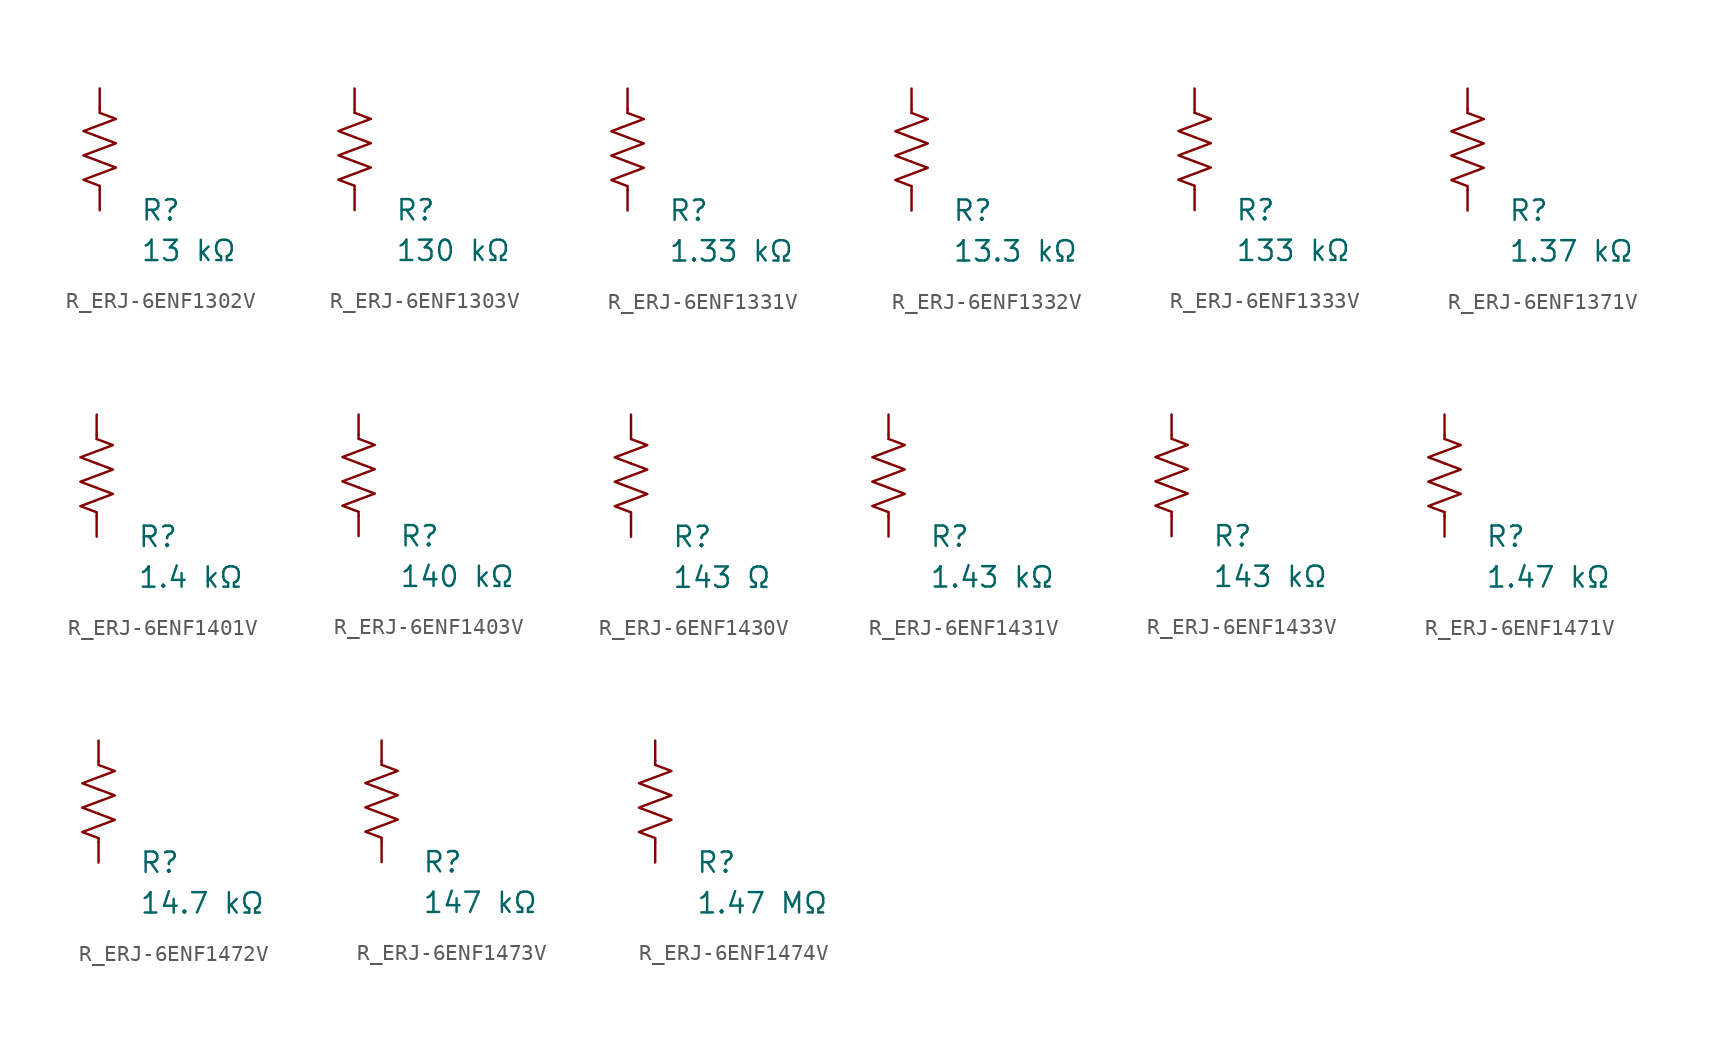
<source format=kicad_sym>
(kicad_symbol_lib
  (version 20231120)
  (generator "kicad_symbol_editor")
  (generator_version "8.0")
  (symbol "R_ERJ-6ENF1302V"
    (pin_numbers hide)
    (pin_names
      (offset 0))
    (property "Reference" "R"
      (at 2.54 -3.81 0)
      (effects (font (size 1.27 1.27)) (justify left))
      (show_name no))
    (property "Value" "13 kΩ"
      (at 2.54 -6.35 0)
      (effects (font (size 1.27 1.27)) (justify left))
      (show_name no))
    (symbol "R_ERJ-6ENF1302V_0_1"
      (polyline (pts (xy 0 -2.286) (xy 0 -2.54)) (stroke (width 0) (type default)) (fill (type none)))
      (polyline (pts (xy 0 2.286) (xy 0 2.54)) (stroke (width 0) (type default)) (fill (type none)))
      (polyline (pts (xy 0 -0.762) (xy 1.016 -1.143) (xy 0 -1.524) (xy -1.016 -1.905) (xy 0 -2.286)) (stroke (width 0) (type default)) (fill (type none)))
      (polyline (pts (xy 0 0.762) (xy 1.016 0.381) (xy 0 0) (xy -1.016 -0.381) (xy 0 -0.762)) (stroke (width 0) (type default)) (fill (type none)))
      (polyline (pts (xy 0 2.286) (xy 1.016 1.905) (xy 0 1.524) (xy -1.016 1.143) (xy 0 0.762)) (stroke (width 0) (type default)) (fill (type none))))
    (symbol "R_ERJ-6ENF1302V_1_1"
      (pin passive line (at 0 3.81 270) (length 1.27) (name "~" (effects (font (size 1.27 1.27)))) (number "1" (effects (font (size 1.27 1.27)))))
      (pin passive line (at 0 -3.81 90) (length 1.27) (name "~" (effects (font (size 1.27 1.27)))) (number "2" (effects (font (size 1.27 1.27)))))))
  (symbol "R_ERJ-6ENF1303V"
    (pin_numbers hide)
    (pin_names
      (offset 0))
    (property "Reference" "R"
      (at 2.54 -3.81 0)
      (effects (font (size 1.27 1.27)) (justify left))
      (show_name no))
    (property "Value" "130 kΩ"
      (at 2.54 -6.35 0)
      (effects (font (size 1.27 1.27)) (justify left))
      (show_name no))
    (symbol "R_ERJ-6ENF1303V_0_1"
      (polyline (pts (xy 0 -2.286) (xy 0 -2.54)) (stroke (width 0) (type default)) (fill (type none)))
      (polyline (pts (xy 0 2.286) (xy 0 2.54)) (stroke (width 0) (type default)) (fill (type none)))
      (polyline (pts (xy 0 -0.762) (xy 1.016 -1.143) (xy 0 -1.524) (xy -1.016 -1.905) (xy 0 -2.286)) (stroke (width 0) (type default)) (fill (type none)))
      (polyline (pts (xy 0 0.762) (xy 1.016 0.381) (xy 0 0) (xy -1.016 -0.381) (xy 0 -0.762)) (stroke (width 0) (type default)) (fill (type none)))
      (polyline (pts (xy 0 2.286) (xy 1.016 1.905) (xy 0 1.524) (xy -1.016 1.143) (xy 0 0.762)) (stroke (width 0) (type default)) (fill (type none))))
    (symbol "R_ERJ-6ENF1303V_1_1"
      (pin passive line (at 0 3.81 270) (length 1.27) (name "~" (effects (font (size 1.27 1.27)))) (number "1" (effects (font (size 1.27 1.27)))))
      (pin passive line (at 0 -3.81 90) (length 1.27) (name "~" (effects (font (size 1.27 1.27)))) (number "2" (effects (font (size 1.27 1.27)))))))
  (symbol "R_ERJ-6ENF1331V"
    (pin_numbers hide)
    (pin_names
      (offset 0))
    (property "Reference" "R"
      (at 2.54 -3.81 0)
      (effects (font (size 1.27 1.27)) (justify left))
      (show_name no))
    (property "Value" "1.33 kΩ"
      (at 2.54 -6.35 0)
      (effects (font (size 1.27 1.27)) (justify left))
      (show_name no))
    (symbol "R_ERJ-6ENF1331V_0_1"
      (polyline (pts (xy 0 -2.286) (xy 0 -2.54)) (stroke (width 0) (type default)) (fill (type none)))
      (polyline (pts (xy 0 2.286) (xy 0 2.54)) (stroke (width 0) (type default)) (fill (type none)))
      (polyline (pts (xy 0 -0.762) (xy 1.016 -1.143) (xy 0 -1.524) (xy -1.016 -1.905) (xy 0 -2.286)) (stroke (width 0) (type default)) (fill (type none)))
      (polyline (pts (xy 0 0.762) (xy 1.016 0.381) (xy 0 0) (xy -1.016 -0.381) (xy 0 -0.762)) (stroke (width 0) (type default)) (fill (type none)))
      (polyline (pts (xy 0 2.286) (xy 1.016 1.905) (xy 0 1.524) (xy -1.016 1.143) (xy 0 0.762)) (stroke (width 0) (type default)) (fill (type none))))
    (symbol "R_ERJ-6ENF1331V_1_1"
      (pin passive line (at 0 3.81 270) (length 1.27) (name "~" (effects (font (size 1.27 1.27)))) (number "1" (effects (font (size 1.27 1.27)))))
      (pin passive line (at 0 -3.81 90) (length 1.27) (name "~" (effects (font (size 1.27 1.27)))) (number "2" (effects (font (size 1.27 1.27)))))))
  (symbol "R_ERJ-6ENF1332V"
    (pin_numbers hide)
    (pin_names
      (offset 0))
    (property "Reference" "R"
      (at 2.54 -3.81 0)
      (effects (font (size 1.27 1.27)) (justify left))
      (show_name no))
    (property "Value" "13.3 kΩ"
      (at 2.54 -6.35 0)
      (effects (font (size 1.27 1.27)) (justify left))
      (show_name no))
    (symbol "R_ERJ-6ENF1332V_0_1"
      (polyline (pts (xy 0 -2.286) (xy 0 -2.54)) (stroke (width 0) (type default)) (fill (type none)))
      (polyline (pts (xy 0 2.286) (xy 0 2.54)) (stroke (width 0) (type default)) (fill (type none)))
      (polyline (pts (xy 0 -0.762) (xy 1.016 -1.143) (xy 0 -1.524) (xy -1.016 -1.905) (xy 0 -2.286)) (stroke (width 0) (type default)) (fill (type none)))
      (polyline (pts (xy 0 0.762) (xy 1.016 0.381) (xy 0 0) (xy -1.016 -0.381) (xy 0 -0.762)) (stroke (width 0) (type default)) (fill (type none)))
      (polyline (pts (xy 0 2.286) (xy 1.016 1.905) (xy 0 1.524) (xy -1.016 1.143) (xy 0 0.762)) (stroke (width 0) (type default)) (fill (type none))))
    (symbol "R_ERJ-6ENF1332V_1_1"
      (pin passive line (at 0 3.81 270) (length 1.27) (name "~" (effects (font (size 1.27 1.27)))) (number "1" (effects (font (size 1.27 1.27)))))
      (pin passive line (at 0 -3.81 90) (length 1.27) (name "~" (effects (font (size 1.27 1.27)))) (number "2" (effects (font (size 1.27 1.27)))))))
  (symbol "R_ERJ-6ENF1333V"
    (pin_numbers hide)
    (pin_names
      (offset 0))
    (property "Reference" "R"
      (at 2.54 -3.81 0)
      (effects (font (size 1.27 1.27)) (justify left))
      (show_name no))
    (property "Value" "133 kΩ"
      (at 2.54 -6.35 0)
      (effects (font (size 1.27 1.27)) (justify left))
      (show_name no))
    (symbol "R_ERJ-6ENF1333V_0_1"
      (polyline (pts (xy 0 -2.286) (xy 0 -2.54)) (stroke (width 0) (type default)) (fill (type none)))
      (polyline (pts (xy 0 2.286) (xy 0 2.54)) (stroke (width 0) (type default)) (fill (type none)))
      (polyline (pts (xy 0 -0.762) (xy 1.016 -1.143) (xy 0 -1.524) (xy -1.016 -1.905) (xy 0 -2.286)) (stroke (width 0) (type default)) (fill (type none)))
      (polyline (pts (xy 0 0.762) (xy 1.016 0.381) (xy 0 0) (xy -1.016 -0.381) (xy 0 -0.762)) (stroke (width 0) (type default)) (fill (type none)))
      (polyline (pts (xy 0 2.286) (xy 1.016 1.905) (xy 0 1.524) (xy -1.016 1.143) (xy 0 0.762)) (stroke (width 0) (type default)) (fill (type none))))
    (symbol "R_ERJ-6ENF1333V_1_1"
      (pin passive line (at 0 3.81 270) (length 1.27) (name "~" (effects (font (size 1.27 1.27)))) (number "1" (effects (font (size 1.27 1.27)))))
      (pin passive line (at 0 -3.81 90) (length 1.27) (name "~" (effects (font (size 1.27 1.27)))) (number "2" (effects (font (size 1.27 1.27)))))))
  (symbol "R_ERJ-6ENF1371V"
    (pin_numbers hide)
    (pin_names
      (offset 0))
    (property "Reference" "R"
      (at 2.54 -3.81 0)
      (effects (font (size 1.27 1.27)) (justify left))
      (show_name no))
    (property "Value" "1.37 kΩ"
      (at 2.54 -6.35 0)
      (effects (font (size 1.27 1.27)) (justify left))
      (show_name no))
    (symbol "R_ERJ-6ENF1371V_0_1"
      (polyline (pts (xy 0 -2.286) (xy 0 -2.54)) (stroke (width 0) (type default)) (fill (type none)))
      (polyline (pts (xy 0 2.286) (xy 0 2.54)) (stroke (width 0) (type default)) (fill (type none)))
      (polyline (pts (xy 0 -0.762) (xy 1.016 -1.143) (xy 0 -1.524) (xy -1.016 -1.905) (xy 0 -2.286)) (stroke (width 0) (type default)) (fill (type none)))
      (polyline (pts (xy 0 0.762) (xy 1.016 0.381) (xy 0 0) (xy -1.016 -0.381) (xy 0 -0.762)) (stroke (width 0) (type default)) (fill (type none)))
      (polyline (pts (xy 0 2.286) (xy 1.016 1.905) (xy 0 1.524) (xy -1.016 1.143) (xy 0 0.762)) (stroke (width 0) (type default)) (fill (type none))))
    (symbol "R_ERJ-6ENF1371V_1_1"
      (pin passive line (at 0 3.81 270) (length 1.27) (name "~" (effects (font (size 1.27 1.27)))) (number "1" (effects (font (size 1.27 1.27)))))
      (pin passive line (at 0 -3.81 90) (length 1.27) (name "~" (effects (font (size 1.27 1.27)))) (number "2" (effects (font (size 1.27 1.27)))))))
  (symbol "R_ERJ-6ENF1401V"
    (pin_numbers hide)
    (pin_names
      (offset 0))
    (property "Reference" "R"
      (at 2.54 -3.81 0)
      (effects (font (size 1.27 1.27)) (justify left))
      (show_name no))
    (property "Value" "1.4 kΩ"
      (at 2.54 -6.35 0)
      (effects (font (size 1.27 1.27)) (justify left))
      (show_name no))
    (symbol "R_ERJ-6ENF1401V_0_1"
      (polyline (pts (xy 0 -2.286) (xy 0 -2.54)) (stroke (width 0) (type default)) (fill (type none)))
      (polyline (pts (xy 0 2.286) (xy 0 2.54)) (stroke (width 0) (type default)) (fill (type none)))
      (polyline (pts (xy 0 -0.762) (xy 1.016 -1.143) (xy 0 -1.524) (xy -1.016 -1.905) (xy 0 -2.286)) (stroke (width 0) (type default)) (fill (type none)))
      (polyline (pts (xy 0 0.762) (xy 1.016 0.381) (xy 0 0) (xy -1.016 -0.381) (xy 0 -0.762)) (stroke (width 0) (type default)) (fill (type none)))
      (polyline (pts (xy 0 2.286) (xy 1.016 1.905) (xy 0 1.524) (xy -1.016 1.143) (xy 0 0.762)) (stroke (width 0) (type default)) (fill (type none))))
    (symbol "R_ERJ-6ENF1401V_1_1"
      (pin passive line (at 0 3.81 270) (length 1.27) (name "~" (effects (font (size 1.27 1.27)))) (number "1" (effects (font (size 1.27 1.27)))))
      (pin passive line (at 0 -3.81 90) (length 1.27) (name "~" (effects (font (size 1.27 1.27)))) (number "2" (effects (font (size 1.27 1.27)))))))
  (symbol "R_ERJ-6ENF1403V"
    (pin_numbers hide)
    (pin_names
      (offset 0))
    (property "Reference" "R"
      (at 2.54 -3.81 0)
      (effects (font (size 1.27 1.27)) (justify left))
      (show_name no))
    (property "Value" "140 kΩ"
      (at 2.54 -6.35 0)
      (effects (font (size 1.27 1.27)) (justify left))
      (show_name no))
    (symbol "R_ERJ-6ENF1403V_0_1"
      (polyline (pts (xy 0 -2.286) (xy 0 -2.54)) (stroke (width 0) (type default)) (fill (type none)))
      (polyline (pts (xy 0 2.286) (xy 0 2.54)) (stroke (width 0) (type default)) (fill (type none)))
      (polyline (pts (xy 0 -0.762) (xy 1.016 -1.143) (xy 0 -1.524) (xy -1.016 -1.905) (xy 0 -2.286)) (stroke (width 0) (type default)) (fill (type none)))
      (polyline (pts (xy 0 0.762) (xy 1.016 0.381) (xy 0 0) (xy -1.016 -0.381) (xy 0 -0.762)) (stroke (width 0) (type default)) (fill (type none)))
      (polyline (pts (xy 0 2.286) (xy 1.016 1.905) (xy 0 1.524) (xy -1.016 1.143) (xy 0 0.762)) (stroke (width 0) (type default)) (fill (type none))))
    (symbol "R_ERJ-6ENF1403V_1_1"
      (pin passive line (at 0 3.81 270) (length 1.27) (name "~" (effects (font (size 1.27 1.27)))) (number "1" (effects (font (size 1.27 1.27)))))
      (pin passive line (at 0 -3.81 90) (length 1.27) (name "~" (effects (font (size 1.27 1.27)))) (number "2" (effects (font (size 1.27 1.27)))))))
  (symbol "R_ERJ-6ENF1430V"
    (pin_numbers hide)
    (pin_names
      (offset 0))
    (property "Reference" "R"
      (at 2.54 -3.81 0)
      (effects (font (size 1.27 1.27)) (justify left))
      (show_name no))
    (property "Value" "143 Ω"
      (at 2.54 -6.35 0)
      (effects (font (size 1.27 1.27)) (justify left))
      (show_name no))
    (symbol "R_ERJ-6ENF1430V_0_1"
      (polyline (pts (xy 0 -2.286) (xy 0 -2.54)) (stroke (width 0) (type default)) (fill (type none)))
      (polyline (pts (xy 0 2.286) (xy 0 2.54)) (stroke (width 0) (type default)) (fill (type none)))
      (polyline (pts (xy 0 -0.762) (xy 1.016 -1.143) (xy 0 -1.524) (xy -1.016 -1.905) (xy 0 -2.286)) (stroke (width 0) (type default)) (fill (type none)))
      (polyline (pts (xy 0 0.762) (xy 1.016 0.381) (xy 0 0) (xy -1.016 -0.381) (xy 0 -0.762)) (stroke (width 0) (type default)) (fill (type none)))
      (polyline (pts (xy 0 2.286) (xy 1.016 1.905) (xy 0 1.524) (xy -1.016 1.143) (xy 0 0.762)) (stroke (width 0) (type default)) (fill (type none))))
    (symbol "R_ERJ-6ENF1430V_1_1"
      (pin passive line (at 0 3.81 270) (length 1.27) (name "~" (effects (font (size 1.27 1.27)))) (number "1" (effects (font (size 1.27 1.27)))))
      (pin passive line (at 0 -3.81 90) (length 1.27) (name "~" (effects (font (size 1.27 1.27)))) (number "2" (effects (font (size 1.27 1.27)))))))
  (symbol "R_ERJ-6ENF1431V"
    (pin_numbers hide)
    (pin_names
      (offset 0))
    (property "Reference" "R"
      (at 2.54 -3.81 0)
      (effects (font (size 1.27 1.27)) (justify left))
      (show_name no))
    (property "Value" "1.43 kΩ"
      (at 2.54 -6.35 0)
      (effects (font (size 1.27 1.27)) (justify left))
      (show_name no))
    (symbol "R_ERJ-6ENF1431V_0_1"
      (polyline (pts (xy 0 -2.286) (xy 0 -2.54)) (stroke (width 0) (type default)) (fill (type none)))
      (polyline (pts (xy 0 2.286) (xy 0 2.54)) (stroke (width 0) (type default)) (fill (type none)))
      (polyline (pts (xy 0 -0.762) (xy 1.016 -1.143) (xy 0 -1.524) (xy -1.016 -1.905) (xy 0 -2.286)) (stroke (width 0) (type default)) (fill (type none)))
      (polyline (pts (xy 0 0.762) (xy 1.016 0.381) (xy 0 0) (xy -1.016 -0.381) (xy 0 -0.762)) (stroke (width 0) (type default)) (fill (type none)))
      (polyline (pts (xy 0 2.286) (xy 1.016 1.905) (xy 0 1.524) (xy -1.016 1.143) (xy 0 0.762)) (stroke (width 0) (type default)) (fill (type none))))
    (symbol "R_ERJ-6ENF1431V_1_1"
      (pin passive line (at 0 3.81 270) (length 1.27) (name "~" (effects (font (size 1.27 1.27)))) (number "1" (effects (font (size 1.27 1.27)))))
      (pin passive line (at 0 -3.81 90) (length 1.27) (name "~" (effects (font (size 1.27 1.27)))) (number "2" (effects (font (size 1.27 1.27)))))))
  (symbol "R_ERJ-6ENF1433V"
    (pin_numbers hide)
    (pin_names
      (offset 0))
    (property "Reference" "R"
      (at 2.54 -3.81 0)
      (effects (font (size 1.27 1.27)) (justify left))
      (show_name no))
    (property "Value" "143 kΩ"
      (at 2.54 -6.35 0)
      (effects (font (size 1.27 1.27)) (justify left))
      (show_name no))
    (symbol "R_ERJ-6ENF1433V_0_1"
      (polyline (pts (xy 0 -2.286) (xy 0 -2.54)) (stroke (width 0) (type default)) (fill (type none)))
      (polyline (pts (xy 0 2.286) (xy 0 2.54)) (stroke (width 0) (type default)) (fill (type none)))
      (polyline (pts (xy 0 -0.762) (xy 1.016 -1.143) (xy 0 -1.524) (xy -1.016 -1.905) (xy 0 -2.286)) (stroke (width 0) (type default)) (fill (type none)))
      (polyline (pts (xy 0 0.762) (xy 1.016 0.381) (xy 0 0) (xy -1.016 -0.381) (xy 0 -0.762)) (stroke (width 0) (type default)) (fill (type none)))
      (polyline (pts (xy 0 2.286) (xy 1.016 1.905) (xy 0 1.524) (xy -1.016 1.143) (xy 0 0.762)) (stroke (width 0) (type default)) (fill (type none))))
    (symbol "R_ERJ-6ENF1433V_1_1"
      (pin passive line (at 0 3.81 270) (length 1.27) (name "~" (effects (font (size 1.27 1.27)))) (number "1" (effects (font (size 1.27 1.27)))))
      (pin passive line (at 0 -3.81 90) (length 1.27) (name "~" (effects (font (size 1.27 1.27)))) (number "2" (effects (font (size 1.27 1.27)))))))
  (symbol "R_ERJ-6ENF1471V"
    (pin_numbers hide)
    (pin_names
      (offset 0))
    (property "Reference" "R"
      (at 2.54 -3.81 0)
      (effects (font (size 1.27 1.27)) (justify left))
      (show_name no))
    (property "Value" "1.47 kΩ"
      (at 2.54 -6.35 0)
      (effects (font (size 1.27 1.27)) (justify left))
      (show_name no))
    (symbol "R_ERJ-6ENF1471V_0_1"
      (polyline (pts (xy 0 -2.286) (xy 0 -2.54)) (stroke (width 0) (type default)) (fill (type none)))
      (polyline (pts (xy 0 2.286) (xy 0 2.54)) (stroke (width 0) (type default)) (fill (type none)))
      (polyline (pts (xy 0 -0.762) (xy 1.016 -1.143) (xy 0 -1.524) (xy -1.016 -1.905) (xy 0 -2.286)) (stroke (width 0) (type default)) (fill (type none)))
      (polyline (pts (xy 0 0.762) (xy 1.016 0.381) (xy 0 0) (xy -1.016 -0.381) (xy 0 -0.762)) (stroke (width 0) (type default)) (fill (type none)))
      (polyline (pts (xy 0 2.286) (xy 1.016 1.905) (xy 0 1.524) (xy -1.016 1.143) (xy 0 0.762)) (stroke (width 0) (type default)) (fill (type none))))
    (symbol "R_ERJ-6ENF1471V_1_1"
      (pin passive line (at 0 3.81 270) (length 1.27) (name "~" (effects (font (size 1.27 1.27)))) (number "1" (effects (font (size 1.27 1.27)))))
      (pin passive line (at 0 -3.81 90) (length 1.27) (name "~" (effects (font (size 1.27 1.27)))) (number "2" (effects (font (size 1.27 1.27)))))))
  (symbol "R_ERJ-6ENF1472V"
    (pin_numbers hide)
    (pin_names
      (offset 0))
    (property "Reference" "R"
      (at 2.54 -3.81 0)
      (effects (font (size 1.27 1.27)) (justify left))
      (show_name no))
    (property "Value" "14.7 kΩ"
      (at 2.54 -6.35 0)
      (effects (font (size 1.27 1.27)) (justify left))
      (show_name no))
    (symbol "R_ERJ-6ENF1472V_0_1"
      (polyline (pts (xy 0 -2.286) (xy 0 -2.54)) (stroke (width 0) (type default)) (fill (type none)))
      (polyline (pts (xy 0 2.286) (xy 0 2.54)) (stroke (width 0) (type default)) (fill (type none)))
      (polyline (pts (xy 0 -0.762) (xy 1.016 -1.143) (xy 0 -1.524) (xy -1.016 -1.905) (xy 0 -2.286)) (stroke (width 0) (type default)) (fill (type none)))
      (polyline (pts (xy 0 0.762) (xy 1.016 0.381) (xy 0 0) (xy -1.016 -0.381) (xy 0 -0.762)) (stroke (width 0) (type default)) (fill (type none)))
      (polyline (pts (xy 0 2.286) (xy 1.016 1.905) (xy 0 1.524) (xy -1.016 1.143) (xy 0 0.762)) (stroke (width 0) (type default)) (fill (type none))))
    (symbol "R_ERJ-6ENF1472V_1_1"
      (pin passive line (at 0 3.81 270) (length 1.27) (name "~" (effects (font (size 1.27 1.27)))) (number "1" (effects (font (size 1.27 1.27)))))
      (pin passive line (at 0 -3.81 90) (length 1.27) (name "~" (effects (font (size 1.27 1.27)))) (number "2" (effects (font (size 1.27 1.27)))))))
  (symbol "R_ERJ-6ENF1473V"
    (pin_numbers hide)
    (pin_names
      (offset 0))
    (property "Reference" "R"
      (at 2.54 -3.81 0)
      (effects (font (size 1.27 1.27)) (justify left))
      (show_name no))
    (property "Value" "147 kΩ"
      (at 2.54 -6.35 0)
      (effects (font (size 1.27 1.27)) (justify left))
      (show_name no))
    (symbol "R_ERJ-6ENF1473V_0_1"
      (polyline (pts (xy 0 -2.286) (xy 0 -2.54)) (stroke (width 0) (type default)) (fill (type none)))
      (polyline (pts (xy 0 2.286) (xy 0 2.54)) (stroke (width 0) (type default)) (fill (type none)))
      (polyline (pts (xy 0 -0.762) (xy 1.016 -1.143) (xy 0 -1.524) (xy -1.016 -1.905) (xy 0 -2.286)) (stroke (width 0) (type default)) (fill (type none)))
      (polyline (pts (xy 0 0.762) (xy 1.016 0.381) (xy 0 0) (xy -1.016 -0.381) (xy 0 -0.762)) (stroke (width 0) (type default)) (fill (type none)))
      (polyline (pts (xy 0 2.286) (xy 1.016 1.905) (xy 0 1.524) (xy -1.016 1.143) (xy 0 0.762)) (stroke (width 0) (type default)) (fill (type none))))
    (symbol "R_ERJ-6ENF1473V_1_1"
      (pin passive line (at 0 3.81 270) (length 1.27) (name "~" (effects (font (size 1.27 1.27)))) (number "1" (effects (font (size 1.27 1.27)))))
      (pin passive line (at 0 -3.81 90) (length 1.27) (name "~" (effects (font (size 1.27 1.27)))) (number "2" (effects (font (size 1.27 1.27)))))))
  (symbol "R_ERJ-6ENF1474V"
    (pin_numbers hide)
    (pin_names
      (offset 0))
    (property "Reference" "R"
      (at 2.54 -3.81 0)
      (effects (font (size 1.27 1.27)) (justify left))
      (show_name no))
    (property "Value" "1.47 MΩ"
      (at 2.54 -6.35 0)
      (effects (font (size 1.27 1.27)) (justify left))
      (show_name no))
    (symbol "R_ERJ-6ENF1474V_0_1"
      (polyline (pts (xy 0 -2.286) (xy 0 -2.54)) (stroke (width 0) (type default)) (fill (type none)))
      (polyline (pts (xy 0 2.286) (xy 0 2.54)) (stroke (width 0) (type default)) (fill (type none)))
      (polyline (pts (xy 0 -0.762) (xy 1.016 -1.143) (xy 0 -1.524) (xy -1.016 -1.905) (xy 0 -2.286)) (stroke (width 0) (type default)) (fill (type none)))
      (polyline (pts (xy 0 0.762) (xy 1.016 0.381) (xy 0 0) (xy -1.016 -0.381) (xy 0 -0.762)) (stroke (width 0) (type default)) (fill (type none)))
      (polyline (pts (xy 0 2.286) (xy 1.016 1.905) (xy 0 1.524) (xy -1.016 1.143) (xy 0 0.762)) (stroke (width 0) (type default)) (fill (type none))))
    (symbol "R_ERJ-6ENF1474V_1_1"
      (pin passive line (at 0 3.81 270) (length 1.27) (name "~" (effects (font (size 1.27 1.27)))) (number "1" (effects (font (size 1.27 1.27)))))
      (pin passive line (at 0 -3.81 90) (length 1.27) (name "~" (effects (font (size 1.27 1.27)))) (number "2" (effects (font (size 1.27 1.27))))))))
</source>
